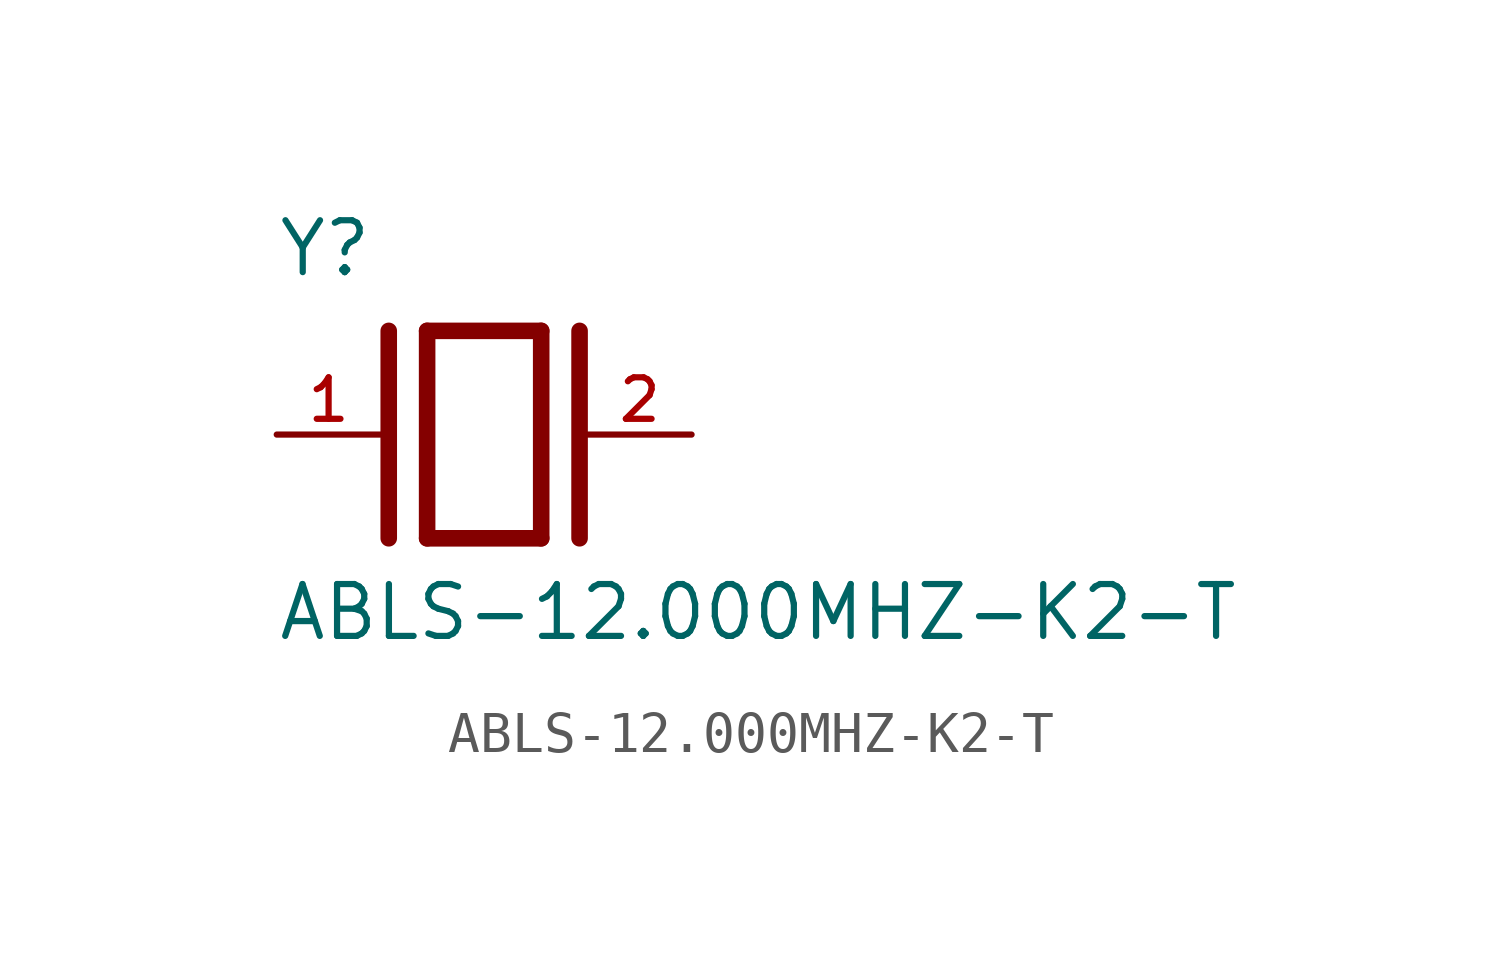
<source format=kicad_sym>
(kicad_symbol_lib
  (version 20211014)
  (generator kicad_symbol_editor)
  (symbol "ABLS-12.000MHZ-K2-T"
    (pin_names
      (offset 1.016))
    (property "Reference" "Y"
      (at -5.088 3.816 0)
      (effects (font (size 1.27 1.27)) (justify bottom left)))
    (property "Value" "ABLS-12.000MHZ-K2-T"
      (at -5.094 -5.094 0)
      (effects (font (size 1.27 1.27)) (justify bottom left)))
    (symbol "ABLS-12.000MHZ-K2-T_0_0"
      (polyline (pts (xy -1.397 2.54) (xy 1.397 2.54)) (stroke (width 0.406)))
      (polyline (pts (xy 1.397 2.54) (xy 1.397 -2.54)) (stroke (width 0.406)))
      (polyline (pts (xy 1.397 -2.54) (xy -1.397 -2.54)) (stroke (width 0.406)))
      (polyline (pts (xy -1.397 2.54) (xy -1.397 -2.54)) (stroke (width 0.406)))
      (polyline (pts (xy 2.337 2.54) (xy 2.337 -2.54)) (stroke (width 0.406)))
      (polyline (pts (xy -2.337 2.54) (xy -2.337 -2.54)) (stroke (width 0.406)))
      (pin passive line (at 5.08 0.0 180.0) (length 2.54) (name "~" (effects (font (size 1.016 1.016)))) (number "2" (effects (font (size 1.016 1.016)))))
      (pin passive line (at -5.08 0.0 0) (length 2.54) (name "~" (effects (font (size 1.016 1.016)))) (number "1" (effects (font (size 1.016 1.016))))))))
</source>
